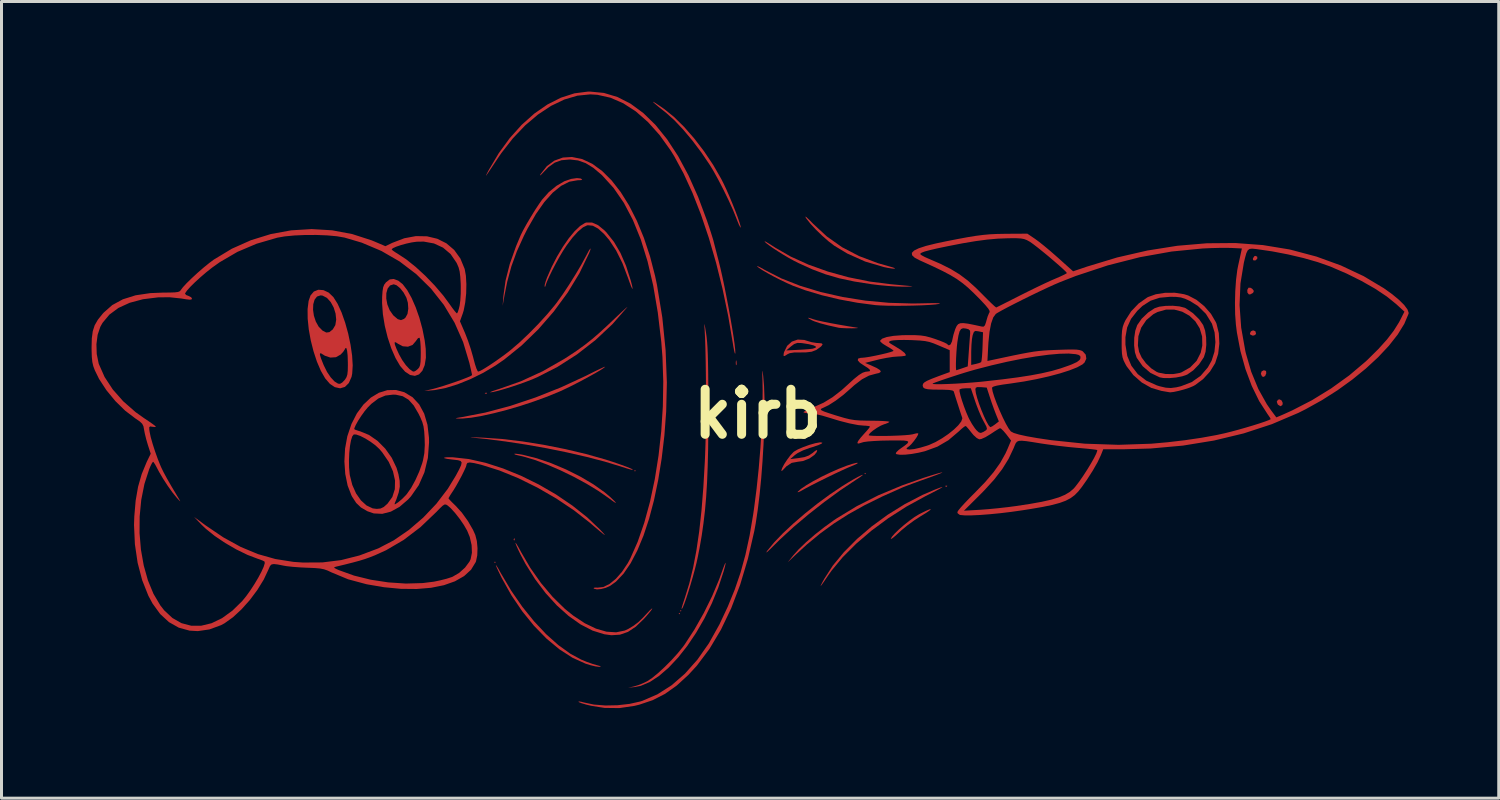
<source format=kicad_pcb>
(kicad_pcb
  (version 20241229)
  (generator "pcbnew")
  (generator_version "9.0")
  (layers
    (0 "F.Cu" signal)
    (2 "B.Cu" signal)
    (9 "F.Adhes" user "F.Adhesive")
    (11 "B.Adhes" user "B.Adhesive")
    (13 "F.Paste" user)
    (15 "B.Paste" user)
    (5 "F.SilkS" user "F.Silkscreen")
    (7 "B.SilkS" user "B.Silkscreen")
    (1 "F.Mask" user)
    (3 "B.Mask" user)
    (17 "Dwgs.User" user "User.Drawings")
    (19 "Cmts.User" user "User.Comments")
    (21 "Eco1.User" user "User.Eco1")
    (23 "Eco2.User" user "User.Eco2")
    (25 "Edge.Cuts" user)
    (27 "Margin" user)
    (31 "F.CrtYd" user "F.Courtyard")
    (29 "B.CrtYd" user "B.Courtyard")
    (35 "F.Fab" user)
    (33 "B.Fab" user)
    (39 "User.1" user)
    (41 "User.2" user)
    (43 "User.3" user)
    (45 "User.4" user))
  (footprint "kirb"
    (layer "F.Cu")
    (at 22.187 10.737)
    (property "Reference" "kirb" (at 0 0 0) (layer "F.SilkS") (effects (font (size 1.5 1.5) (thickness 0.3))))
    (attr board_only exclude_from_pos_files exclude_from_bom)
    (fp_poly (pts (xy -8.728 4.941) (xy -8.751 4.965) (xy -8.775 4.941) (xy -8.751 4.918)) (stroke (width 0) (type solid)) (fill yes) (layer "F.Cu"))
    (fp_poly (pts (xy -4.064 1.893) (xy -4.087 1.917) (xy -4.11 1.893) (xy -4.087 1.87)) (stroke (width 0) (type solid)) (fill yes) (layer "F.Cu"))
    (fp_poly (pts (xy -2.586 6.65) (xy -2.609 6.673) (xy -2.632 6.65) (xy -2.609 6.627)) (stroke (width 0) (type solid)) (fill yes) (layer "F.Cu"))
    (fp_poly (pts (xy -2.54 6.558) (xy -2.563 6.581) (xy -2.586 6.558) (xy -2.563 6.535)) (stroke (width 0) (type solid)) (fill yes) (layer "F.Cu"))
    (fp_poly (pts (xy 3.602 1.986) (xy 3.579 2.009) (xy 3.556 1.986) (xy 3.579 1.963)) (stroke (width 0) (type solid)) (fill yes) (layer "F.Cu"))
    (fp_poly (pts (xy -9.021 -0.7) (xy -9.027 -0.673) (xy -9.052 -0.67) (xy -9.09 -0.687) (xy -9.082 -0.7) (xy -9.028 -0.706)) (stroke (width 0) (type solid)) (fill yes) (layer "F.Cu"))
    (fp_poly (pts (xy -8.097 4.149) (xy -8.092 4.203) (xy -8.097 4.21) (xy -8.125 4.204) (xy -8.128 4.179) (xy -8.111 4.141)) (stroke (width 0) (type solid)) (fill yes) (layer "F.Cu"))
    (fp_poly (pts (xy 6.312 2.394) (xy 6.305 2.421) (xy 6.281 2.425) (xy 6.243 2.408) (xy 6.25 2.394) (xy 6.305 2.388)) (stroke (width 0) (type solid)) (fill yes) (layer "F.Cu"))
    (fp_poly (pts (xy -0.709 -1.774) (xy -0.707 -1.766) (xy -0.7 -1.665) (xy -0.709 -1.627) (xy -0.724 -1.625) (xy -0.73 -1.698) (xy -0.73 -1.709) (xy -0.723 -1.78)) (stroke (width 0) (type solid)) (fill yes) (layer "F.Cu"))
    (fp_poly (pts (xy 16.639 -5.236) (xy 16.642 -5.175) (xy 16.594 -5.122) (xy 16.564 -5.111) (xy 16.499 -5.121) (xy 16.495 -5.18) (xy 16.54 -5.251) (xy 16.58 -5.265)) (stroke (width 0) (type solid)) (fill yes) (layer "F.Cu"))
    (fp_poly (pts (xy 16.572 -2.757) (xy 16.581 -2.745) (xy 16.6 -2.661) (xy 16.539 -2.615) (xy 16.484 -2.609) (xy 16.411 -2.64) (xy 16.395 -2.68) (xy 16.429 -2.753) (xy 16.502 -2.784)) (stroke (width 0) (type solid)) (fill yes) (layer "F.Cu"))
    (fp_poly (pts (xy 16.932 -1.432) (xy 16.94 -1.354) (xy 16.902 -1.262) (xy 16.839 -1.232) (xy 16.796 -1.254) (xy 16.76 -1.337) (xy 16.785 -1.418) (xy 16.858 -1.455) (xy 16.86 -1.455)) (stroke (width 0) (type solid)) (fill yes) (layer "F.Cu"))
    (fp_poly (pts (xy 17.452 -0.447) (xy 17.488 -0.365) (xy 17.477 -0.296) (xy 17.414 -0.256) (xy 17.334 -0.305) (xy 17.32 -0.321) (xy 17.289 -0.408) (xy 17.33 -0.472) (xy 17.385 -0.485)) (stroke (width 0) (type solid)) (fill yes) (layer "F.Cu"))
    (fp_poly (pts (xy 16.421 -4.201) (xy 16.478 -4.162) (xy 16.527 -4.096) (xy 16.505 -4.043) (xy 16.485 -4.023) (xy 16.404 -3.98) (xy 16.36 -3.981) (xy 16.312 -4.04) (xy 16.307 -4.13) (xy 16.348 -4.202) (xy 16.353 -4.205)) (stroke (width 0) (type solid)) (fill yes) (layer "F.Cu"))
    (fp_poly (pts (xy 1.739 -3.192) (xy 1.876 -3.147) (xy 1.992 -3.115) (xy 2.182 -3.073) (xy 2.429 -3.024) (xy 2.714 -2.972) (xy 3.022 -2.919) (xy 3.325 -2.87) (xy 3.341 -2.862) (xy 3.278 -2.855) (xy 3.149 -2.852) (xy 3.117 -2.852) (xy 2.94 -2.854) (xy 2.79 -2.861) (xy 2.702 -2.87) (xy 2.345 -2.95) (xy 2.073 -3.022) (xy 1.881 -3.086) (xy 1.801 -3.122) (xy 1.696 -3.181) (xy 1.675 -3.204)) (stroke (width 0) (type solid)) (fill yes) (layer "F.Cu"))
    (fp_poly (pts (xy 5.738 3.208) (xy 5.625 3.287) (xy 5.431 3.406) (xy 5.213 3.547) (xy 4.985 3.713) (xy 4.786 3.877) (xy 4.727 3.931) (xy 4.597 4.05) (xy 4.497 4.133) (xy 4.441 4.168) (xy 4.433 4.164) (xy 4.469 4.093) (xy 4.564 3.984) (xy 4.702 3.85) (xy 4.869 3.704) (xy 5.047 3.562) (xy 5.22 3.437) (xy 5.374 3.343) (xy 5.387 3.336) (xy 5.593 3.233) (xy 5.721 3.179) (xy 5.77 3.171)) (stroke (width 0) (type solid)) (fill yes) (layer "F.Cu"))
    (fp_poly (pts (xy 1.626 -6.551) (xy 1.718 -6.465) (xy 1.847 -6.333) (xy 2.306 -5.909) (xy 2.812 -5.552) (xy 3.376 -5.258) (xy 4.003 -5.022) (xy 4.364 -4.919) (xy 4.511 -4.877) (xy 4.574 -4.849) (xy 4.56 -4.837) (xy 4.477 -4.842) (xy 4.332 -4.865) (xy 4.203 -4.892) (xy 3.579 -5.076) (xy 2.983 -5.343) (xy 2.549 -5.605) (xy 2.36 -5.749) (xy 2.151 -5.933) (xy 1.944 -6.133) (xy 1.762 -6.329) (xy 1.627 -6.499) (xy 1.603 -6.535) (xy 1.586 -6.576)) (stroke (width 0) (type solid)) (fill yes) (layer "F.Cu"))
    (fp_poly (pts (xy 3.312 1.656) (xy 3.202 1.708) (xy 3.14 1.733) (xy 2.998 1.793) (xy 2.795 1.885) (xy 2.553 1.999) (xy 2.293 2.125) (xy 2.036 2.252) (xy 1.803 2.37) (xy 1.616 2.469) (xy 1.524 2.52) (xy 1.406 2.585) (xy 1.337 2.611) (xy 1.333 2.595) (xy 1.334 2.593) (xy 1.444 2.494) (xy 1.625 2.372) (xy 1.857 2.235) (xy 2.125 2.093) (xy 2.411 1.955) (xy 2.697 1.829) (xy 2.967 1.724) (xy 3.144 1.666) (xy 3.284 1.63) (xy 3.34 1.629)) (stroke (width 0) (type solid)) (fill yes) (layer "F.Cu"))
    (fp_poly (pts (xy -7.942 1.34) (xy -7.82 1.361) (xy -7.359 1.477) (xy -6.873 1.643) (xy -6.383 1.85) (xy -5.911 2.086) (xy -5.476 2.342) (xy -5.101 2.608) (xy -4.916 2.764) (xy -4.784 2.89) (xy -4.724 2.956) (xy -4.734 2.964) (xy -4.814 2.913) (xy -4.965 2.802) (xy -5.307 2.564) (xy -5.702 2.324) (xy -6.132 2.091) (xy -6.577 1.875) (xy -7.018 1.685) (xy -7.434 1.529) (xy -7.808 1.418) (xy -7.976 1.381) (xy -8.074 1.356) (xy -8.112 1.333) (xy -8.111 1.33) (xy -8.058 1.326)) (stroke (width 0) (type solid)) (fill yes) (layer "F.Cu"))
    (fp_poly (pts (xy 3.492 2.044) (xy 3.416 2.102) (xy 3.269 2.198) (xy 2.753 2.543) (xy 2.221 2.931) (xy 1.695 3.344) (xy 1.197 3.764) (xy 0.752 4.173) (xy 0.582 4.34) (xy 0.421 4.5) (xy 0.322 4.593) (xy 0.284 4.617) (xy 0.308 4.573) (xy 0.325 4.549) (xy 0.551 4.276) (xy 0.844 3.971) (xy 1.19 3.648) (xy 1.574 3.318) (xy 1.982 2.993) (xy 2.4 2.685) (xy 2.814 2.407) (xy 2.996 2.294) (xy 3.189 2.18) (xy 3.342 2.096) (xy 3.449 2.044) (xy 3.501 2.026)) (stroke (width 0) (type solid)) (fill yes) (layer "F.Cu"))
    (fp_poly (pts (xy 6.151 2.44) (xy 6.082 2.483) (xy 5.935 2.562) (xy 5.707 2.679) (xy 5.588 2.739) (xy 4.955 3.086) (xy 4.352 3.472) (xy 3.789 3.888) (xy 3.279 4.324) (xy 2.833 4.77) (xy 2.462 5.218) (xy 2.347 5.38) (xy 2.215 5.575) (xy 2.132 5.693) (xy 2.095 5.735) (xy 2.105 5.703) (xy 2.16 5.596) (xy 2.215 5.496) (xy 2.504 5.049) (xy 2.873 4.602) (xy 3.309 4.164) (xy 3.8 3.745) (xy 4.335 3.355) (xy 4.902 3.003) (xy 5.487 2.699) (xy 5.901 2.521) (xy 6.059 2.461) (xy 6.142 2.433)) (stroke (width 0) (type solid)) (fill yes) (layer "F.Cu"))
    (fp_poly (pts (xy -9.492 0.778) (xy -9.333 0.783) (xy -9.144 0.791) (xy -8.519 0.834) (xy -7.838 0.915) (xy -7.127 1.029) (xy -6.412 1.171) (xy -5.719 1.335) (xy -5.075 1.517) (xy -4.831 1.596) (xy -4.558 1.69) (xy -4.351 1.766) (xy -4.215 1.822) (xy -4.156 1.856) (xy -4.179 1.864) (xy -4.179 1.864) (xy -4.243 1.849) (xy -4.369 1.812) (xy -4.533 1.76) (xy -4.572 1.747) (xy -5.095 1.588) (xy -5.691 1.433) (xy -6.34 1.284) (xy -7.022 1.145) (xy -7.719 1.021) (xy -8.41 0.916) (xy -9.075 0.832) (xy -9.311 0.808) (xy -9.471 0.792) (xy -9.557 0.782) (xy -9.565 0.777)) (stroke (width 0) (type solid)) (fill yes) (layer "F.Cu"))
    (fp_poly (pts (xy -8.705 5.048) (xy -8.648 5.137) (xy -8.553 5.308) (xy -8.545 5.321) (xy -8.209 5.889) (xy -7.842 6.42) (xy -7.452 6.904) (xy -7.049 7.334) (xy -6.64 7.699) (xy -6.234 7.991) (xy -5.882 8.181) (xy -5.692 8.259) (xy -5.493 8.329) (xy -5.38 8.362) (xy -5.258 8.395) (xy -5.22 8.414) (xy -5.261 8.422) (xy -5.288 8.423) (xy -5.402 8.409) (xy -5.566 8.37) (xy -5.734 8.318) (xy -6.169 8.121) (xy -6.605 7.84) (xy -7.035 7.483) (xy -7.449 7.059) (xy -7.841 6.576) (xy -8.203 6.042) (xy -8.526 5.464) (xy -8.538 5.439) (xy -8.638 5.234) (xy -8.7 5.099) (xy -8.722 5.036)) (stroke (width 0) (type solid)) (fill yes) (layer "F.Cu"))
    (fp_poly (pts (xy 6.112 1.97) (xy 5.986 2.021) (xy 5.774 2.099) (xy 5.657 2.141) (xy 5.411 2.228) (xy 5.181 2.312) (xy 4.988 2.384) (xy 4.854 2.436) (xy 4.826 2.448) (xy 4.155 2.747) (xy 3.56 3.041) (xy 3.026 3.339) (xy 2.537 3.651) (xy 2.079 3.985) (xy 1.636 4.351) (xy 1.297 4.661) (xy 1.001 4.941) (xy 1.182 4.714) (xy 1.368 4.506) (xy 1.616 4.269) (xy 1.907 4.017) (xy 2.224 3.768) (xy 2.546 3.536) (xy 2.628 3.481) (xy 3.302 3.072) (xy 4.026 2.707) (xy 4.813 2.379) (xy 5.519 2.131) (xy 5.795 2.043) (xy 5.994 1.983) (xy 6.115 1.951) (xy 6.155 1.947)) (stroke (width 0) (type solid)) (fill yes) (layer "F.Cu"))
    (fp_poly (pts (xy -5.08 -1.574) (xy -5.119 -1.536) (xy -5.226 -1.466) (xy -5.387 -1.371) (xy -5.587 -1.259) (xy -5.811 -1.137) (xy -6.044 -1.015) (xy -6.273 -0.899) (xy -6.483 -0.799) (xy -6.604 -0.744) (xy -7.012 -0.576) (xy -7.449 -0.417) (xy -7.9 -0.268) (xy -8.35 -0.136) (xy -8.784 -0.024) (xy -9.186 0.065) (xy -9.542 0.126) (xy -9.837 0.154) (xy -9.952 0.155) (xy -10.041 0.151) (xy -10.056 0.143) (xy -9.99 0.128) (xy -9.86 0.107) (xy -9.073 -0.045) (xy -8.247 -0.265) (xy -7.4 -0.548) (xy -6.547 -0.887) (xy -5.707 -1.276) (xy -5.623 -1.319) (xy -5.422 -1.419) (xy -5.255 -1.499) (xy -5.137 -1.554) (xy -5.082 -1.574)) (stroke (width 0) (type solid)) (fill yes) (layer "F.Cu"))
    (fp_poly (pts (xy -4.344 -3.556) (xy -4.836 -2.992) (xy -5.4 -2.463) (xy -6.017 -1.983) (xy -6.671 -1.565) (xy -7.342 -1.223) (xy -7.47 -1.168) (xy -7.685 -1.083) (xy -7.928 -0.995) (xy -8.181 -0.91) (xy -8.425 -0.834) (xy -8.64 -0.772) (xy -8.807 -0.732) (xy -8.907 -0.718) (xy -8.908 -0.718) (xy -8.902 -0.731) (xy -8.822 -0.763) (xy -8.685 -0.809) (xy -8.613 -0.831) (xy -7.894 -1.085) (xy -7.169 -1.418) (xy -6.458 -1.823) (xy -6.327 -1.906) (xy -6.03 -2.103) (xy -5.769 -2.291) (xy -5.521 -2.487) (xy -5.265 -2.708) (xy -4.978 -2.972) (xy -4.826 -3.117) (xy -4.649 -3.285) (xy -4.504 -3.421) (xy -4.399 -3.516) (xy -4.345 -3.561)) (stroke (width 0) (type solid)) (fill yes) (layer "F.Cu"))
    (fp_poly (pts (xy -5.902 -7.843) (xy -5.878 -7.832) (xy -5.844 -7.803) (xy -5.881 -7.788) (xy -5.999 -7.783) (xy -6.001 -7.783) (xy -6.272 -7.735) (xy -6.547 -7.597) (xy -6.826 -7.371) (xy -7.106 -7.058) (xy -7.385 -6.66) (xy -7.662 -6.179) (xy -7.786 -5.934) (xy -8.023 -5.412) (xy -8.204 -4.914) (xy -8.343 -4.401) (xy -8.429 -3.972) (xy -8.495 -3.602) (xy -8.47 -3.925) (xy -8.398 -4.441) (xy -8.258 -4.993) (xy -8.047 -5.588) (xy -7.892 -5.957) (xy -7.812 -6.117) (xy -7.696 -6.327) (xy -7.557 -6.561) (xy -7.413 -6.795) (xy -7.277 -7.001) (xy -7.185 -7.132) (xy -6.961 -7.384) (xy -6.705 -7.595) (xy -6.44 -7.75) (xy -6.212 -7.828) (xy -6.022 -7.855)) (stroke (width 0) (type solid)) (fill yes) (layer "F.Cu"))
    (fp_poly (pts (xy -1.069 4.99) (xy -1.097 5.108) (xy -1.135 5.245) (xy -1.313 5.786) (xy -1.529 6.313) (xy -1.777 6.817) (xy -2.051 7.29) (xy -2.344 7.726) (xy -2.651 8.115) (xy -2.966 8.451) (xy -3.283 8.725) (xy -3.595 8.93) (xy -3.898 9.058) (xy -4.094 9.097) (xy -4.318 9.119) (xy -4.12 9.076) (xy -3.964 9.028) (xy -3.782 8.953) (xy -3.682 8.904) (xy -3.519 8.796) (xy -3.318 8.632) (xy -3.097 8.428) (xy -2.872 8.202) (xy -2.663 7.971) (xy -2.485 7.752) (xy -2.439 7.689) (xy -2.109 7.184) (xy -1.796 6.632) (xy -1.516 6.065) (xy -1.285 5.515) (xy -1.219 5.334) (xy -1.146 5.129) (xy -1.096 5.002) (xy -1.069 4.955)) (stroke (width 0) (type solid)) (fill yes) (layer "F.Cu"))
    (fp_poly (pts (xy 0.286 -5.726) (xy 0.391 -5.663) (xy 0.532 -5.573) (xy 0.582 -5.54) (xy 1.1 -5.241) (xy 1.691 -4.973) (xy 2.338 -4.742) (xy 3.025 -4.552) (xy 3.735 -4.409) (xy 4.433 -4.32) (xy 4.663 -4.299) (xy 4.874 -4.279) (xy 5.041 -4.264) (xy 5.126 -4.256) (xy 5.153 -4.249) (xy 5.1 -4.244) (xy 4.976 -4.239) (xy 4.849 -4.238) (xy 4.626 -4.244) (xy 4.348 -4.262) (xy 4.052 -4.289) (xy 3.787 -4.321) (xy 3.221 -4.41) (xy 2.72 -4.517) (xy 2.261 -4.65) (xy 1.816 -4.817) (xy 1.36 -5.025) (xy 1.201 -5.105) (xy 1.037 -5.195) (xy 0.858 -5.301) (xy 0.677 -5.414) (xy 0.509 -5.524) (xy 0.37 -5.622) (xy 0.272 -5.698) (xy 0.231 -5.742) (xy 0.239 -5.75)) (stroke (width 0) (type solid)) (fill yes) (layer "F.Cu"))
    (fp_poly (pts (xy -3.401 -10.352) (xy -3.251 -10.252) (xy -3.116 -10.158) (xy -2.79 -9.895) (xy -2.451 -9.561) (xy -2.111 -9.172) (xy -1.783 -8.743) (xy -1.481 -8.292) (xy -1.218 -7.834) (xy -1.144 -7.689) (xy -1.049 -7.489) (xy -0.948 -7.26) (xy -0.847 -7.018) (xy -0.752 -6.781) (xy -0.67 -6.564) (xy -0.608 -6.384) (xy -0.571 -6.258) (xy -0.564 -6.204) (xy -0.585 -6.224) (xy -0.629 -6.313) (xy -0.687 -6.455) (xy -0.707 -6.508) (xy -0.821 -6.79) (xy -0.97 -7.119) (xy -1.14 -7.468) (xy -1.316 -7.808) (xy -1.484 -8.111) (xy -1.594 -8.291) (xy -1.876 -8.708) (xy -2.176 -9.106) (xy -2.48 -9.469) (xy -2.773 -9.78) (xy -3.044 -10.024) (xy -3.07 -10.045) (xy -3.279 -10.211) (xy -3.417 -10.326) (xy -3.484 -10.388) (xy -3.478 -10.397)) (stroke (width 0) (type solid)) (fill yes) (layer "F.Cu"))
    (fp_poly (pts (xy -0.003 -4.922) (xy 0.082 -4.882) (xy 0.211 -4.811) (xy 0.236 -4.796) (xy 0.788 -4.514) (xy 1.413 -4.268) (xy 2.097 -4.06) (xy 2.827 -3.895) (xy 3.59 -3.774) (xy 4.372 -3.701) (xy 5.16 -3.678) (xy 5.449 -3.683) (xy 5.721 -3.689) (xy 5.919 -3.69) (xy 6.038 -3.685) (xy 6.073 -3.674) (xy 6.05 -3.666) (xy 5.926 -3.647) (xy 5.728 -3.631) (xy 5.477 -3.618) (xy 5.19 -3.609) (xy 4.888 -3.603) (xy 4.588 -3.602) (xy 4.31 -3.605) (xy 4.074 -3.614) (xy 3.925 -3.624) (xy 3.327 -3.702) (xy 2.72 -3.814) (xy 2.13 -3.955) (xy 1.584 -4.119) (xy 1.187 -4.265) (xy 0.982 -4.355) (xy 0.759 -4.461) (xy 0.535 -4.576) (xy 0.327 -4.689) (xy 0.152 -4.792) (xy 0.028 -4.874) (xy -0.026 -4.923)) (stroke (width 0) (type solid)) (fill yes) (layer "F.Cu"))
    (fp_poly (pts (xy 2.155 0.959) (xy 2.13 0.989) (xy 2.023 1.038) (xy 1.838 1.101) (xy 1.723 1.136) (xy 1.513 1.213) (xy 1.331 1.304) (xy 1.238 1.37) (xy 1.085 1.505) (xy 1.339 1.474) (xy 1.55 1.44) (xy 1.703 1.385) (xy 1.834 1.298) (xy 1.882 1.256) (xy 1.956 1.205) (xy 1.984 1.217) (xy 1.963 1.275) (xy 1.893 1.362) (xy 1.889 1.366) (xy 1.719 1.487) (xy 1.508 1.569) (xy 1.338 1.593) (xy 1.132 1.63) (xy 0.955 1.747) (xy 0.889 1.817) (xy 0.822 1.886) (xy 0.787 1.899) (xy 0.786 1.893) (xy 0.814 1.804) (xy 0.885 1.67) (xy 0.983 1.521) (xy 1.089 1.38) (xy 1.187 1.275) (xy 1.212 1.254) (xy 1.338 1.181) (xy 1.52 1.103) (xy 1.724 1.03) (xy 1.918 0.975) (xy 2.069 0.948) (xy 2.095 0.947)) (stroke (width 0) (type solid)) (fill yes) (layer "F.Cu"))
    (fp_poly (pts (xy 1.554 -2.464) (xy 1.634 -2.438) (xy 1.799 -2.389) (xy 1.967 -2.363) (xy 1.997 -2.362) (xy 2.124 -2.352) (xy 2.164 -2.322) (xy 2.125 -2.262) (xy 2.09 -2.23) (xy 1.951 -2.13) (xy 1.797 -2.072) (xy 1.6 -2.049) (xy 1.43 -2.048) (xy 1.21 -2.046) (xy 1.065 -2.023) (xy 0.991 -1.988) (xy 0.897 -1.928) (xy 0.859 -1.939) (xy 0.87 -2.028) (xy 0.88 -2.062) (xy 0.906 -2.115) (xy 0.952 -2.115) (xy 1.342 -2.134) (xy 1.535 -2.145) (xy 1.704 -2.158) (xy 1.818 -2.171) (xy 1.836 -2.174) (xy 1.931 -2.206) (xy 1.939 -2.243) (xy 1.865 -2.282) (xy 1.713 -2.321) (xy 1.489 -2.357) (xy 1.455 -2.361) (xy 1.32 -2.365) (xy 1.213 -2.326) (xy 1.111 -2.25) (xy 0.952 -2.115) (xy 0.906 -2.115) (xy 0.981 -2.268) (xy 1.138 -2.409) (xy 1.334 -2.477)) (stroke (width 0) (type solid)) (fill yes) (layer "F.Cu"))
    (fp_poly (pts (xy -8.042 4.32) (xy -7.984 4.413) (xy -7.906 4.553) (xy -7.882 4.599) (xy -7.572 5.13) (xy -7.216 5.635) (xy -6.828 6.095) (xy -6.422 6.493) (xy -6.146 6.716) (xy -5.757 6.973) (xy -5.385 7.152) (xy -5.036 7.253) (xy -4.715 7.274) (xy -4.428 7.215) (xy -4.31 7.161) (xy -4.13 7.052) (xy -3.975 6.934) (xy -3.817 6.782) (xy -3.683 6.637) (xy -3.59 6.539) (xy -3.527 6.484) (xy -3.51 6.482) (xy -3.539 6.531) (xy -3.618 6.63) (xy -3.731 6.762) (xy -3.793 6.83) (xy -4.061 7.087) (xy -4.321 7.26) (xy -4.588 7.353) (xy -4.874 7.371) (xy -5.109 7.339) (xy -5.5 7.217) (xy -5.899 7.011) (xy -6.298 6.729) (xy -6.689 6.379) (xy -7.063 5.969) (xy -7.413 5.506) (xy -7.732 4.998) (xy -7.894 4.694) (xy -7.976 4.525) (xy -8.037 4.39) (xy -8.068 4.307) (xy -8.07 4.291)) (stroke (width 0) (type solid)) (fill yes) (layer "F.Cu"))
    (fp_poly (pts (xy -5.519 -6.376) (xy -5.316 -6.287) (xy -5.101 -6.111) (xy -5.036 -6.044) (xy -4.785 -5.727) (xy -4.571 -5.362) (xy -4.386 -4.936) (xy -4.227 -4.44) (xy -4.182 -4.266) (xy -4.166 -4.176) (xy -4.177 -4.168) (xy -4.213 -4.24) (xy -4.27 -4.39) (xy -4.314 -4.515) (xy -4.505 -5.02) (xy -4.715 -5.442) (xy -4.946 -5.793) (xy -5.119 -5.996) (xy -5.316 -6.174) (xy -5.492 -6.269) (xy -5.655 -6.285) (xy -5.683 -6.28) (xy -5.82 -6.214) (xy -5.985 -6.075) (xy -6.168 -5.874) (xy -6.357 -5.623) (xy -6.488 -5.423) (xy -6.606 -5.224) (xy -6.727 -5.005) (xy -6.842 -4.785) (xy -6.941 -4.582) (xy -7.017 -4.413) (xy -7.06 -4.297) (xy -7.066 -4.263) (xy -7.084 -4.232) (xy -7.095 -4.239) (xy -7.095 -4.294) (xy -7.064 -4.408) (xy -7.019 -4.536) (xy -6.862 -4.896) (xy -6.683 -5.243) (xy -6.491 -5.564) (xy -6.294 -5.848) (xy -6.1 -6.083) (xy -5.917 -6.258) (xy -5.754 -6.36) (xy -5.707 -6.376)) (stroke (width 0) (type solid)) (fill yes) (layer "F.Cu"))
    (fp_poly (pts (xy -1.768 -2.969) (xy -1.748 -2.87) (xy -1.721 -2.702) (xy -1.701 -2.56) (xy -1.685 -2.4) (xy -1.672 -2.213) (xy -1.662 -1.989) (xy -1.655 -1.717) (xy -1.649 -1.388) (xy -1.645 -0.993) (xy -1.643 -0.521) (xy -1.642 -0.208) (xy -1.644 0.527) (xy -1.651 1.181) (xy -1.666 1.765) (xy -1.687 2.292) (xy -1.717 2.774) (xy -1.756 3.22) (xy -1.806 3.644) (xy -1.865 4.057) (xy -1.937 4.47) (xy -1.993 4.757) (xy -2.038 4.962) (xy -2.097 5.195) (xy -2.165 5.443) (xy -2.238 5.693) (xy -2.311 5.931) (xy -2.38 6.143) (xy -2.442 6.317) (xy -2.491 6.439) (xy -2.524 6.495) (xy -2.536 6.485) (xy -2.524 6.432) (xy -2.488 6.314) (xy -2.436 6.156) (xy -2.423 6.116) (xy -2.277 5.642) (xy -2.151 5.123) (xy -2.042 4.551) (xy -1.949 3.919) (xy -1.872 3.219) (xy -1.81 2.444) (xy -1.761 1.587) (xy -1.751 1.362) (xy -1.739 1.004) (xy -1.73 0.59) (xy -1.724 0.138) (xy -1.721 -0.338) (xy -1.722 -0.822) (xy -1.726 -1.298) (xy -1.732 -1.751) (xy -1.741 -2.167) (xy -1.753 -2.528) (xy -1.768 -2.82) (xy -1.776 -2.933) (xy -1.778 -2.993)) (stroke (width 0) (type solid)) (fill yes) (layer "F.Cu"))
    (fp_poly (pts (xy 14.046 -3.582) (xy 14.222 -3.537) (xy 14.258 -3.52) (xy 14.499 -3.355) (xy 14.707 -3.15) (xy 14.838 -2.96) (xy 14.902 -2.778) (xy 14.937 -2.547) (xy 14.942 -2.3) (xy 14.918 -2.071) (xy 14.863 -1.894) (xy 14.857 -1.883) (xy 14.701 -1.651) (xy 14.506 -1.45) (xy 14.305 -1.31) (xy 14.144 -1.254) (xy 13.934 -1.213) (xy 13.711 -1.193) (xy 13.511 -1.196) (xy 13.392 -1.218) (xy 13.082 -1.367) (xy 12.821 -1.591) (xy 12.625 -1.87) (xy 12.565 -2.051) (xy 12.538 -2.282) (xy 12.664 -2.282) (xy 12.703 -2.068) (xy 12.79 -1.878) (xy 12.934 -1.685) (xy 13.11 -1.517) (xy 13.292 -1.399) (xy 13.353 -1.375) (xy 13.585 -1.33) (xy 13.835 -1.327) (xy 14.06 -1.366) (xy 14.119 -1.387) (xy 14.406 -1.55) (xy 14.619 -1.768) (xy 14.756 -2.038) (xy 14.809 -2.278) (xy 14.803 -2.58) (xy 14.721 -2.853) (xy 14.575 -3.086) (xy 14.377 -3.273) (xy 14.139 -3.405) (xy 13.875 -3.475) (xy 13.597 -3.474) (xy 13.317 -3.394) (xy 13.178 -3.321) (xy 12.944 -3.125) (xy 12.775 -2.875) (xy 12.68 -2.588) (xy 12.664 -2.282) (xy 12.538 -2.282) (xy 12.538 -2.284) (xy 12.542 -2.536) (xy 12.577 -2.773) (xy 12.642 -2.96) (xy 12.793 -3.175) (xy 13.005 -3.377) (xy 13.22 -3.52) (xy 13.377 -3.572) (xy 13.59 -3.599) (xy 13.824 -3.603)) (stroke (width 0) (type solid)) (fill yes) (layer "F.Cu"))
    (fp_poly (pts (xy 0.166 -1.397) (xy 0.181 -1.283) (xy 0.183 -1.27) (xy 0.212 -0.93) (xy 0.227 -0.515) (xy 0.228 -0.04) (xy 0.217 0.479) (xy 0.194 1.026) (xy 0.16 1.587) (xy 0.117 2.144) (xy 0.064 2.682) (xy 0.003 3.187) (xy -0.065 3.641) (xy -0.113 3.902) (xy -0.326 4.828) (xy -0.583 5.687) (xy -0.883 6.475) (xy -1.225 7.189) (xy -1.606 7.827) (xy -2.026 8.385) (xy -2.301 8.685) (xy -2.694 9.045) (xy -3.086 9.324) (xy -3.497 9.534) (xy -3.945 9.685) (xy -4.11 9.725) (xy -4.608 9.798) (xy -5.1 9.792) (xy -5.533 9.724) (xy -5.715 9.681) (xy -5.863 9.637) (xy -5.954 9.601) (xy -5.967 9.592) (xy -5.958 9.575) (xy -5.878 9.587) (xy -5.791 9.61) (xy -5.46 9.68) (xy -5.075 9.711) (xy -4.668 9.703) (xy -4.269 9.658) (xy -3.907 9.577) (xy -3.839 9.555) (xy -3.341 9.34) (xy -2.868 9.038) (xy -2.423 8.651) (xy -2.007 8.183) (xy -1.624 7.637) (xy -1.277 7.016) (xy -1.27 7.002) (xy -0.996 6.418) (xy -0.765 5.852) (xy -0.571 5.283) (xy -0.408 4.691) (xy -0.27 4.054) (xy -0.151 3.352) (xy -0.12 3.14) (xy -0.037 2.494) (xy 0.034 1.817) (xy 0.091 1.13) (xy 0.133 0.454) (xy 0.158 -0.187) (xy 0.165 -0.773) (xy 0.16 -1.085) (xy 0.154 -1.289) (xy 0.153 -1.405) (xy 0.157 -1.44)) (stroke (width 0) (type solid)) (fill yes) (layer "F.Cu"))
    (fp_poly (pts (xy -5.845 -8.488) (xy -5.509 -8.331) (xy -5.182 -8.092) (xy -4.866 -7.778) (xy -4.565 -7.392) (xy -4.283 -6.942) (xy -4.024 -6.431) (xy -3.791 -5.866) (xy -3.587 -5.252) (xy -3.417 -4.594) (xy -3.354 -4.295) (xy -3.177 -3.215) (xy -3.067 -2.123) (xy -3.025 -1.043) (xy -3.048 -0.077) (xy -3.108 0.721) (xy -3.198 1.483) (xy -3.314 2.203) (xy -3.454 2.875) (xy -3.618 3.494) (xy -3.803 4.053) (xy -4.008 4.547) (xy -4.23 4.971) (xy -4.467 5.319) (xy -4.719 5.585) (xy -4.915 5.727) (xy -5.06 5.792) (xy -5.216 5.832) (xy -5.355 5.844) (xy -5.449 5.822) (xy -5.467 5.805) (xy -5.442 5.786) (xy -5.354 5.785) (xy -5.332 5.787) (xy -5.142 5.765) (xy -4.936 5.664) (xy -4.725 5.492) (xy -4.52 5.259) (xy -4.329 4.974) (xy -4.245 4.819) (xy -3.997 4.258) (xy -3.777 3.622) (xy -3.586 2.922) (xy -3.427 2.172) (xy -3.302 1.384) (xy -3.212 0.571) (xy -3.159 -0.255) (xy -3.145 -1.08) (xy -3.172 -1.893) (xy -3.211 -2.399) (xy -3.327 -3.376) (xy -3.479 -4.269) (xy -3.668 -5.08) (xy -3.894 -5.81) (xy -4.157 -6.459) (xy -4.458 -7.031) (xy -4.798 -7.524) (xy -5.177 -7.942) (xy -5.204 -7.968) (xy -5.478 -8.199) (xy -5.731 -8.354) (xy -5.982 -8.443) (xy -6.248 -8.474) (xy -6.271 -8.474) (xy -6.536 -8.45) (xy -6.76 -8.37) (xy -6.968 -8.221) (xy -7.115 -8.072) (xy -7.212 -7.97) (xy -7.253 -7.938) (xy -7.238 -7.978) (xy -7.231 -7.989) (xy -7.023 -8.253) (xy -6.773 -8.437) (xy -6.487 -8.54) (xy -6.185 -8.558)) (stroke (width 0) (type solid)) (fill yes) (layer "F.Cu"))
    (fp_poly (pts (xy -5.123 -10.692) (xy -4.67 -10.556) (xy -4.232 -10.332) (xy -3.809 -10.021) (xy -3.404 -9.626) (xy -3.017 -9.147) (xy -2.65 -8.586) (xy -2.305 -7.945) (xy -1.983 -7.225) (xy -1.686 -6.429) (xy -1.683 -6.419) (xy -1.61 -6.203) (xy -1.546 -6.005) (xy -1.498 -5.851) (xy -1.475 -5.773) (xy -1.45 -5.673) (xy -1.407 -5.508) (xy -1.354 -5.302) (xy -1.302 -5.103) (xy -1.241 -4.855) (xy -1.175 -4.562) (xy -1.106 -4.237) (xy -1.038 -3.892) (xy -0.971 -3.542) (xy -0.909 -3.198) (xy -0.853 -2.874) (xy -0.806 -2.582) (xy -0.771 -2.336) (xy -0.75 -2.149) (xy -0.744 -2.033) (xy -0.747 -2.006) (xy -0.762 -2.021) (xy -0.785 -2.111) (xy -0.813 -2.258) (xy -0.825 -2.336) (xy -0.982 -3.26) (xy -1.17 -4.161) (xy -1.386 -5.032) (xy -1.627 -5.862) (xy -1.89 -6.641) (xy -2.172 -7.361) (xy -2.47 -8.011) (xy -2.78 -8.583) (xy -2.899 -8.775) (xy -3.266 -9.287) (xy -3.654 -9.721) (xy -4.058 -10.075) (xy -4.476 -10.346) (xy -4.903 -10.532) (xy -5.336 -10.629) (xy -5.574 -10.644) (xy -6.003 -10.601) (xy -6.441 -10.472) (xy -6.881 -10.261) (xy -7.318 -9.972) (xy -7.744 -9.611) (xy -8.153 -9.181) (xy -8.538 -8.688) (xy -8.666 -8.501) (xy -8.827 -8.258) (xy -8.942 -8.086) (xy -9.015 -7.98) (xy -9.049 -7.935) (xy -9.049 -7.945) (xy -9.02 -8.006) (xy -8.965 -8.111) (xy -8.955 -8.128) (xy -8.623 -8.687) (xy -8.256 -9.19) (xy -7.859 -9.631) (xy -7.439 -10.005) (xy -7.002 -10.307) (xy -6.555 -10.533) (xy -6.104 -10.678) (xy -5.655 -10.736) (xy -5.588 -10.737)) (stroke (width 0) (type solid)) (fill yes) (layer "F.Cu"))
    (fp_poly (pts (xy 14.201 -3.988) (xy 14.339 -3.945) (xy 14.614 -3.801) (xy 14.875 -3.589) (xy 15.098 -3.334) (xy 15.258 -3.061) (xy 15.283 -3.002) (xy 15.36 -2.688) (xy 15.377 -2.342) (xy 15.337 -1.999) (xy 15.239 -1.694) (xy 15.235 -1.686) (xy 15.064 -1.409) (xy 14.834 -1.158) (xy 14.571 -0.962) (xy 14.501 -0.924) (xy 14.373 -0.871) (xy 14.204 -0.816) (xy 14.024 -0.768) (xy 13.861 -0.733) (xy 13.745 -0.719) (xy 13.719 -0.721) (xy 13.662 -0.731) (xy 13.544 -0.751) (xy 13.444 -0.768) (xy 13.109 -0.868) (xy 12.792 -1.047) (xy 12.513 -1.292) (xy 12.288 -1.588) (xy 12.246 -1.663) (xy 12.189 -1.778) (xy 12.153 -1.884) (xy 12.133 -2.008) (xy 12.124 -2.176) (xy 12.123 -2.309) (xy 12.249 -2.309) (xy 12.31 -1.931) (xy 12.448 -1.603) (xy 12.66 -1.327) (xy 12.944 -1.108) (xy 13.296 -0.95) (xy 13.393 -0.92) (xy 13.592 -0.874) (xy 13.762 -0.863) (xy 13.944 -0.886) (xy 14.099 -0.923) (xy 14.455 -1.06) (xy 14.754 -1.27) (xy 14.994 -1.55) (xy 15.121 -1.778) (xy 15.214 -2.069) (xy 15.246 -2.392) (xy 15.219 -2.714) (xy 15.132 -3) (xy 15.129 -3.008) (xy 14.928 -3.335) (xy 14.66 -3.598) (xy 14.397 -3.762) (xy 14.236 -3.836) (xy 14.096 -3.879) (xy 13.94 -3.898) (xy 13.743 -3.902) (xy 13.389 -3.87) (xy 13.086 -3.771) (xy 12.815 -3.596) (xy 12.645 -3.435) (xy 12.435 -3.166) (xy 12.306 -2.879) (xy 12.249 -2.557) (xy 12.249 -2.309) (xy 12.123 -2.309) (xy 12.123 -2.378) (xy 12.125 -2.607) (xy 12.136 -2.771) (xy 12.159 -2.898) (xy 12.199 -3.013) (xy 12.248 -3.118) (xy 12.437 -3.415) (xy 12.688 -3.678) (xy 12.974 -3.878) (xy 13 -3.893) (xy 13.261 -3.986) (xy 13.569 -4.034) (xy 13.894 -4.036)) (stroke (width 0) (type solid)) (fill yes) (layer "F.Cu"))
    (fp_poly (pts (xy -11.97 -4.438) (xy -11.822 -4.319) (xy -11.672 -4.122) (xy -11.526 -3.86) (xy -11.39 -3.549) (xy -11.268 -3.201) (xy -11.167 -2.831) (xy -11.092 -2.453) (xy -11.057 -2.17) (xy -11.051 -1.871) (xy -11.091 -1.625) (xy -11.169 -1.438) (xy -11.28 -1.317) (xy -11.418 -1.268) (xy -11.577 -1.297) (xy -11.744 -1.407) (xy -11.909 -1.597) (xy -12.064 -1.862) (xy -12.205 -2.184) (xy -12.27 -2.381) (xy -12.094 -2.381) (xy -12.084 -2.309) (xy -12.03 -2.167) (xy -11.944 -1.982) (xy -11.838 -1.792) (xy -11.717 -1.622) (xy -11.596 -1.492) (xy -11.491 -1.418) (xy -11.45 -1.409) (xy -11.389 -1.438) (xy -11.315 -1.501) (xy -11.271 -1.556) (xy -11.244 -1.629) (xy -11.229 -1.742) (xy -11.223 -1.915) (xy -11.222 -2.052) (xy -11.226 -2.249) (xy -11.238 -2.41) (xy -11.254 -2.513) (xy -11.266 -2.539) (xy -11.315 -2.522) (xy -11.374 -2.443) (xy -11.38 -2.432) (xy -11.494 -2.299) (xy -11.648 -2.239) (xy -11.821 -2.253) (xy -11.978 -2.336) (xy -12.058 -2.388) (xy -12.094 -2.381) (xy -12.27 -2.381) (xy -12.325 -2.547) (xy -12.42 -2.931) (xy -12.484 -3.32) (xy -12.511 -3.696) (xy -12.509 -3.84) (xy -12.371 -3.84) (xy -12.335 -3.646) (xy -12.259 -3.457) (xy -12.144 -3.292) (xy -12.123 -3.27) (xy -11.989 -3.157) (xy -11.881 -3.124) (xy -11.78 -3.165) (xy -11.73 -3.21) (xy -11.664 -3.332) (xy -11.638 -3.507) (xy -11.652 -3.703) (xy -11.7 -3.869) (xy -11.794 -4.043) (xy -11.911 -4.189) (xy -12.031 -4.287) (xy -12.124 -4.318) (xy -12.245 -4.279) (xy -12.326 -4.175) (xy -12.369 -4.022) (xy -12.371 -3.84) (xy -12.509 -3.84) (xy -12.509 -3.888) (xy -12.496 -4.086) (xy -12.475 -4.217) (xy -12.439 -4.307) (xy -12.382 -4.382) (xy -12.38 -4.384) (xy -12.255 -4.48) (xy -12.123 -4.495)) (stroke (width 0) (type solid)) (fill yes) (layer "F.Cu"))
    (fp_poly (pts (xy -14.463 -4.123) (xy -14.29 -4.042) (xy -14.133 -3.892) (xy -13.992 -3.668) (xy -13.859 -3.377) (xy -13.74 -3.039) (xy -13.639 -2.674) (xy -13.561 -2.302) (xy -13.509 -1.943) (xy -13.489 -1.616) (xy -13.506 -1.342) (xy -13.527 -1.236) (xy -13.618 -1.029) (xy -13.748 -0.9) (xy -13.908 -0.853) (xy -14.085 -0.892) (xy -14.246 -0.999) (xy -14.404 -1.181) (xy -14.55 -1.435) (xy -14.682 -1.743) (xy -14.755 -1.966) (xy -14.581 -1.966) (xy -14.545 -1.849) (xy -14.47 -1.66) (xy -14.451 -1.615) (xy -14.344 -1.399) (xy -14.221 -1.217) (xy -14.095 -1.082) (xy -13.978 -1.009) (xy -13.913 -1.002) (xy -13.838 -1.046) (xy -13.752 -1.136) (xy -13.744 -1.146) (xy -13.697 -1.222) (xy -13.668 -1.311) (xy -13.654 -1.436) (xy -13.65 -1.621) (xy -13.651 -1.712) (xy -13.658 -1.94) (xy -13.675 -2.102) (xy -13.699 -2.19) (xy -13.728 -2.197) (xy -13.752 -2.151) (xy -13.801 -2.075) (xy -13.886 -1.982) (xy -13.891 -1.977) (xy -14.049 -1.889) (xy -14.234 -1.877) (xy -14.419 -1.94) (xy -14.459 -1.966) (xy -14.538 -2.015) (xy -14.579 -2.018) (xy -14.581 -1.966) (xy -14.755 -1.966) (xy -14.795 -2.088) (xy -14.887 -2.452) (xy -14.953 -2.818) (xy -14.989 -3.171) (xy -14.992 -3.468) (xy -14.81 -3.468) (xy -14.782 -3.271) (xy -14.719 -3.079) (xy -14.624 -2.908) (xy -14.496 -2.777) (xy -14.487 -2.771) (xy -14.369 -2.711) (xy -14.267 -2.724) (xy -14.153 -2.815) (xy -14.153 -2.815) (xy -14.068 -2.958) (xy -14.039 -3.141) (xy -14.06 -3.343) (xy -14.123 -3.545) (xy -14.221 -3.725) (xy -14.346 -3.864) (xy -14.491 -3.94) (xy -14.558 -3.949) (xy -14.678 -3.91) (xy -14.759 -3.805) (xy -14.803 -3.652) (xy -14.81 -3.468) (xy -14.992 -3.468) (xy -14.992 -3.491) (xy -14.958 -3.762) (xy -14.894 -3.947) (xy -14.783 -4.077) (xy -14.633 -4.136)) (stroke (width 0) (type solid)) (fill yes) (layer "F.Cu"))
    (fp_poly (pts (xy -11.769 -0.722) (xy -11.495 -0.556) (xy -11.274 -0.317) (xy -11.108 -0.009) (xy -10.999 0.361) (xy -10.949 0.791) (xy -10.946 0.944) (xy -10.985 1.467) (xy -11.1 1.945) (xy -11.288 2.372) (xy -11.549 2.746) (xy -11.645 2.851) (xy -11.929 3.095) (xy -12.218 3.254) (xy -12.506 3.328) (xy -12.789 3.314) (xy -13 3.241) (xy -13.214 3.116) (xy -13.374 2.964) (xy -13.51 2.755) (xy -13.531 2.715) (xy -13.658 2.387) (xy -13.737 2.002) (xy -13.766 1.585) (xy -13.764 1.544) (xy -13.614 1.544) (xy -13.61 1.785) (xy -13.59 2.005) (xy -13.584 2.045) (xy -13.503 2.366) (xy -13.377 2.648) (xy -13.215 2.88) (xy -13.028 3.049) (xy -12.824 3.146) (xy -12.691 3.163) (xy -12.562 3.151) (xy -12.455 3.1) (xy -12.333 2.992) (xy -12.33 2.989) (xy -12.169 2.766) (xy -12.086 2.506) (xy -12.079 2.218) (xy -12.148 1.912) (xy -12.29 1.596) (xy -12.505 1.282) (xy -12.599 1.171) (xy -12.729 1.05) (xy -12.892 0.929) (xy -13.068 0.819) (xy -13.235 0.734) (xy -13.372 0.686) (xy -13.454 0.683) (xy -13.504 0.747) (xy -13.547 0.883) (xy -13.581 1.074) (xy -13.604 1.301) (xy -13.614 1.544) (xy -13.764 1.544) (xy -13.744 1.158) (xy -13.669 0.746) (xy -13.666 0.736) (xy -13.588 0.505) (xy -13.439 0.505) (xy -13.399 0.529) (xy -13.297 0.564) (xy -13.243 0.579) (xy -12.945 0.701) (xy -12.66 0.899) (xy -12.404 1.158) (xy -12.188 1.462) (xy -12.029 1.795) (xy -11.965 2.011) (xy -11.925 2.23) (xy -11.921 2.422) (xy -11.957 2.617) (xy -12.035 2.847) (xy -12.079 2.953) (xy -12.097 3.006) (xy -12.074 3.008) (xy -11.996 2.957) (xy -11.971 2.94) (xy -11.849 2.837) (xy -11.719 2.706) (xy -11.684 2.665) (xy -11.543 2.464) (xy -11.401 2.204) (xy -11.273 1.919) (xy -11.173 1.639) (xy -11.148 1.547) (xy -11.103 1.306) (xy -11.088 1.034) (xy -11.094 0.802) (xy -11.108 0.579) (xy -11.131 0.414) (xy -11.171 0.27) (xy -11.238 0.112) (xy -11.296 -0.006) (xy -11.457 -0.282) (xy -11.63 -0.474) (xy -11.824 -0.59) (xy -12.052 -0.64) (xy -12.146 -0.643) (xy -12.401 -0.612) (xy -12.634 -0.514) (xy -12.862 -0.341) (xy -12.986 -0.218) (xy -13.092 -0.091) (xy -13.204 0.065) (xy -13.309 0.228) (xy -13.39 0.374) (xy -13.435 0.48) (xy -13.439 0.505) (xy -13.588 0.505) (xy -13.53 0.333) (xy -13.35 -0.018) (xy -13.132 -0.312) (xy -12.886 -0.543) (xy -12.618 -0.705) (xy -12.336 -0.792) (xy -12.048 -0.798)) (stroke (width 0) (type solid)) (fill yes) (layer "F.Cu"))
    (fp_poly (pts (xy -14.174 -6.116) (xy -13.506 -5.991) (xy -12.86 -5.782) (xy -12.755 -5.739) (xy -12.4 -5.587) (xy -12.169 -5.699) (xy -11.771 -5.851) (xy -11.384 -5.923) (xy -11.015 -5.916) (xy -10.674 -5.835) (xy -10.369 -5.683) (xy -10.109 -5.462) (xy -9.903 -5.176) (xy -9.76 -4.83) (xy -9.719 -4.604) (xy -9.703 -4.322) (xy -9.71 -4.014) (xy -9.741 -3.712) (xy -9.792 -3.448) (xy -9.824 -3.344) (xy -9.917 -3.086) (xy -9.744 -2.685) (xy -9.65 -2.442) (xy -9.556 -2.162) (xy -9.48 -1.897) (xy -9.467 -1.846) (xy -9.417 -1.66) (xy -9.369 -1.513) (xy -9.328 -1.425) (xy -9.311 -1.409) (xy -9.24 -1.435) (xy -9.112 -1.507) (xy -8.943 -1.613) (xy -8.748 -1.744) (xy -8.544 -1.888) (xy -8.346 -2.035) (xy -8.22 -2.134) (xy -7.931 -2.383) (xy -7.617 -2.68) (xy -7.302 -3.001) (xy -7.008 -3.323) (xy -6.758 -3.622) (xy -6.684 -3.718) (xy -6.489 -3.991) (xy -6.278 -4.31) (xy -6.067 -4.647) (xy -5.875 -4.971) (xy -5.721 -5.254) (xy -5.709 -5.276) (xy -5.631 -5.424) (xy -5.581 -5.501) (xy -5.563 -5.506) (xy -5.583 -5.435) (xy -5.619 -5.346) (xy -5.936 -4.688) (xy -6.331 -4.038) (xy -6.793 -3.409) (xy -7.307 -2.818) (xy -7.862 -2.28) (xy -8.443 -1.811) (xy -8.733 -1.611) (xy -9.141 -1.369) (xy -9.567 -1.159) (xy -9.991 -0.988) (xy -10.393 -0.864) (xy -10.753 -0.795) (xy -10.814 -0.789) (xy -11.107 -0.764) (xy -10.853 -0.824) (xy -10.682 -0.869) (xy -10.478 -0.931) (xy -10.257 -1.002) (xy -10.037 -1.077) (xy -9.835 -1.15) (xy -9.669 -1.215) (xy -9.556 -1.265) (xy -9.513 -1.294) (xy -9.513 -1.295) (xy -9.523 -1.345) (xy -9.549 -1.463) (xy -9.587 -1.628) (xy -9.604 -1.701) (xy -9.811 -2.391) (xy -10.096 -3.037) (xy -10.455 -3.633) (xy -10.883 -4.175) (xy -11.375 -4.658) (xy -11.926 -5.077) (xy -12.532 -5.427) (xy -12.658 -5.481) (xy -12.192 -5.481) (xy -12.155 -5.442) (xy -12.061 -5.378) (xy -11.995 -5.338) (xy -11.706 -5.148) (xy -11.39 -4.895) (xy -11.066 -4.597) (xy -10.754 -4.273) (xy -10.471 -3.941) (xy -10.279 -3.681) (xy -10.173 -3.532) (xy -10.085 -3.417) (xy -10.028 -3.355) (xy -10.017 -3.348) (xy -9.989 -3.389) (xy -9.955 -3.496) (xy -9.927 -3.61) (xy -9.905 -3.78) (xy -9.891 -4.006) (xy -9.89 -4.249) (xy -9.892 -4.338) (xy -9.906 -4.572) (xy -9.927 -4.743) (xy -9.962 -4.879) (xy -10.017 -5.007) (xy -10.034 -5.04) (xy -10.229 -5.325) (xy -10.481 -5.539) (xy -10.782 -5.678) (xy -11.124 -5.74) (xy -11.358 -5.736) (xy -11.522 -5.713) (xy -11.705 -5.673) (xy -11.885 -5.623) (xy -12.041 -5.57) (xy -12.151 -5.52) (xy -12.192 -5.481) (xy -12.658 -5.481) (xy -13.187 -5.704) (xy -13.762 -5.874) (xy -14.017 -5.918) (xy -14.338 -5.947) (xy -14.698 -5.961) (xy -15.071 -5.96) (xy -15.432 -5.944) (xy -15.755 -5.913) (xy -16.002 -5.87) (xy -16.693 -5.668) (xy -17.328 -5.398) (xy -17.916 -5.055) (xy -18.168 -4.876) (xy -18.365 -4.72) (xy -18.56 -4.553) (xy -18.742 -4.387) (xy -18.896 -4.235) (xy -19.009 -4.109) (xy -19.068 -4.023) (xy -19.073 -4.002) (xy -19.034 -3.96) (xy -18.958 -3.93) (xy -18.871 -3.887) (xy -18.842 -3.841) (xy -18.858 -3.813) (xy -18.918 -3.805) (xy -19.037 -3.818) (xy -19.2 -3.845) (xy -19.587 -3.886) (xy -19.966 -3.883) (xy -20.475 -3.82) (xy -20.917 -3.702) (xy -21.291 -3.531) (xy -21.594 -3.307) (xy -21.822 -3.033) (xy -21.895 -2.902) (xy -21.985 -2.636) (xy -22.025 -2.324) (xy -22.015 -1.998) (xy -21.953 -1.691) (xy -21.942 -1.656) (xy -21.753 -1.23) (xy -21.48 -0.814) (xy -21.133 -0.421) (xy -20.721 -0.06) (xy -20.447 0.135) (xy -20.28 0.247) (xy -20.147 0.34) (xy -20.064 0.404) (xy -20.043 0.425) (xy -20.082 0.436) (xy -20.163 0.427) (xy -20.236 0.417) (xy -20.266 0.443) (xy -20.264 0.524) (xy -20.252 0.605) (xy -20.216 0.775) (xy -20.152 1) (xy -20.07 1.254) (xy -19.979 1.508) (xy -19.888 1.734) (xy -19.862 1.792) (xy -19.786 1.948) (xy -19.677 2.149) (xy -19.53 2.405) (xy -19.339 2.726) (xy -19.284 2.817) (xy -19.239 2.895) (xy -19.238 2.91) (xy -19.287 2.86) (xy -19.348 2.794) (xy -19.488 2.622) (xy -19.648 2.399) (xy -19.806 2.156) (xy -19.942 1.925) (xy -20.002 1.811) (xy -20.067 1.689) (xy -20.119 1.61) (xy -20.139 1.593) (xy -20.172 1.633) (xy -20.223 1.734) (xy -20.266 1.836) (xy -20.426 2.331) (xy -20.532 2.86) (xy -20.585 3.411) (xy -20.589 3.968) (xy -20.543 4.519) (xy -20.449 5.049) (xy -20.31 5.544) (xy -20.125 5.992) (xy -19.897 6.377) (xy -19.768 6.542) (xy -19.493 6.798) (xy -19.192 6.969) (xy -18.87 7.054) (xy -18.534 7.054) (xy -18.19 6.971) (xy -17.842 6.803) (xy -17.497 6.553) (xy -17.172 6.235) (xy -17.037 6.07) (xy -16.897 5.875) (xy -16.76 5.664) (xy -16.635 5.454) (xy -16.531 5.259) (xy -16.456 5.094) (xy -16.419 4.975) (xy -16.425 4.918) (xy -16.491 4.883) (xy -16.607 4.839) (xy -16.649 4.826) (xy -16.994 4.695) (xy -17.365 4.514) (xy -17.736 4.299) (xy -18.084 4.065) (xy -18.38 3.827) (xy -18.519 3.695) (xy -18.773 3.43) (xy -18.386 3.714) (xy -17.794 4.114) (xy -17.217 4.431) (xy -16.645 4.669) (xy -16.064 4.833) (xy -15.463 4.928) (xy -15.148 4.95) (xy -14.498 4.946) (xy -13.877 4.869) (xy -13.264 4.714) (xy -12.639 4.479) (xy -12.123 4.211) (xy -11.619 3.865) (xy -11.141 3.454) (xy -10.703 2.993) (xy -10.322 2.494) (xy -10.054 2.055) (xy -9.943 1.847) (xy -9.878 1.706) (xy -9.861 1.617) (xy -9.896 1.567) (xy -9.985 1.541) (xy -10.131 1.524) (xy -10.159 1.521) (xy -10.344 1.497) (xy -10.438 1.474) (xy -10.44 1.454) (xy -10.352 1.443) (xy -10.175 1.444) (xy -10.145 1.445) (xy -9.622 1.503) (xy -9.061 1.629) (xy -8.476 1.818) (xy -7.88 2.061) (xy -7.289 2.352) (xy -6.716 2.684) (xy -6.176 3.05) (xy -5.682 3.442) (xy -5.249 3.854) (xy -5.242 3.862) (xy -5.146 3.965) (xy -5.096 4.024) (xy -5.096 4.035) (xy -5.149 3.996) (xy -5.261 3.904) (xy -5.436 3.757) (xy -5.578 3.635) (xy -6.114 3.215) (xy -6.705 2.819) (xy -7.329 2.458) (xy -7.967 2.143) (xy -8.599 1.885) (xy -9.205 1.694) (xy -9.24 1.685) (xy -9.452 1.636) (xy -9.59 1.617) (xy -9.667 1.631) (xy -9.697 1.676) (xy -9.698 1.697) (xy -9.72 1.768) (xy -9.778 1.896) (xy -9.86 2.062) (xy -9.957 2.242) (xy -10.055 2.416) (xy -10.145 2.563) (xy -10.167 2.595) (xy -10.242 2.709) (xy -10.29 2.791) (xy -10.299 2.812) (xy -10.267 2.853) (xy -10.185 2.939) (xy -10.071 3.05) (xy -10.068 3.052) (xy -9.857 3.283) (xy -9.653 3.566) (xy -9.482 3.861) (xy -9.406 4.03) (xy -9.354 4.234) (xy -9.332 4.474) (xy -9.341 4.712) (xy -9.382 4.909) (xy -9.392 4.935) (xy -9.547 5.189) (xy -9.78 5.402) (xy -10.084 5.575) (xy -10.452 5.705) (xy -10.879 5.791) (xy -11.359 5.831) (xy -11.884 5.826) (xy -12.448 5.772) (xy -13.023 5.674) (xy -13.642 5.508) (xy -14.198 5.277) (xy -14.327 5.216) (xy -14.444 5.175) (xy -14.574 5.149) (xy -14.742 5.134) (xy -14.874 5.128) (xy -14.101 5.128) (xy -14.031 5.167) (xy -13.947 5.204) (xy -13.444 5.385) (xy -12.887 5.522) (xy -12.303 5.611) (xy -11.718 5.65) (xy -11.159 5.634) (xy -10.784 5.587) (xy -10.568 5.542) (xy -10.357 5.488) (xy -10.19 5.434) (xy -10.161 5.422) (xy -9.944 5.295) (xy -9.748 5.119) (xy -9.602 4.922) (xy -9.561 4.838) (xy -9.518 4.624) (xy -9.529 4.367) (xy -9.591 4.097) (xy -9.677 3.888) (xy -9.787 3.698) (xy -9.927 3.494) (xy -10.079 3.3) (xy -10.223 3.141) (xy -10.33 3.048) (xy -10.382 3.018) (xy -10.432 3.018) (xy -10.495 3.058) (xy -10.59 3.149) (xy -10.699 3.262) (xy -11.234 3.773) (xy -11.791 4.197) (xy -12.375 4.539) (xy -12.752 4.71) (xy -12.921 4.776) (xy -13.086 4.835) (xy -13.269 4.891) (xy -13.487 4.95) (xy -13.76 5.019) (xy -14.039 5.086) (xy -14.101 5.105) (xy -14.101 5.128) (xy -14.874 5.128) (xy -14.974 5.124) (xy -15.006 5.123) (xy -15.249 5.111) (xy -15.488 5.093) (xy -15.688 5.071) (xy -15.794 5.053) (xy -15.99 5.014) (xy -16.116 5) (xy -16.193 5.014) (xy -16.242 5.063) (xy -16.282 5.151) (xy -16.29 5.172) (xy -16.451 5.515) (xy -16.665 5.863) (xy -16.917 6.2) (xy -17.193 6.509) (xy -17.477 6.772) (xy -17.755 6.971) (xy -17.872 7.035) (xy -18.262 7.178) (xy -18.648 7.234) (xy -18.924 7.218) (xy -19.283 7.119) (xy -19.609 6.935) (xy -19.901 6.666) (xy -20.156 6.315) (xy -20.295 6.057) (xy -20.502 5.536) (xy -20.653 4.958) (xy -20.744 4.34) (xy -20.773 3.7) (xy -20.764 3.417) (xy -20.719 2.889) (xy -20.638 2.425) (xy -20.517 2.002) (xy -20.349 1.596) (xy -20.333 1.563) (xy -20.217 1.325) (xy -20.312 1.032) (xy -20.368 0.84) (xy -20.415 0.647) (xy -20.437 0.53) (xy -20.459 0.412) (xy -20.501 0.328) (xy -20.582 0.251) (xy -20.721 0.155) (xy -20.728 0.151) (xy -21.068 -0.108) (xy -21.397 -0.43) (xy -21.694 -0.792) (xy -21.939 -1.168) (xy -22.08 -1.456) (xy -22.13 -1.592) (xy -22.162 -1.731) (xy -22.179 -1.898) (xy -22.186 -2.121) (xy -22.187 -2.217) (xy -22.179 -2.519) (xy -22.147 -2.757) (xy -22.083 -2.954) (xy -21.977 -3.138) (xy -21.821 -3.333) (xy -21.785 -3.373) (xy -21.498 -3.626) (xy -21.144 -3.818) (xy -20.722 -3.951) (xy -20.23 -4.024) (xy -19.811 -4.041) (xy -19.573 -4.043) (xy -19.411 -4.049) (xy -19.309 -4.062) (xy -19.251 -4.085) (xy -19.219 -4.119) (xy -19.218 -4.122) (xy -19.146 -4.218) (xy -19.018 -4.357) (xy -18.849 -4.522) (xy -18.657 -4.699) (xy -18.457 -4.873) (xy -18.266 -5.028) (xy -18.117 -5.139) (xy -17.516 -5.502) (xy -16.879 -5.786) (xy -16.217 -5.991) (xy -15.54 -6.115) (xy -14.856 -6.157)) (stroke (width 0) (type solid)) (fill yes) (layer "F.Cu"))
    (fp_poly (pts (xy 9.236 -5.832) (xy 9.366 -5.737) (xy 9.542 -5.597) (xy 9.744 -5.428) (xy 9.95 -5.248) (xy 9.998 -5.206) (xy 10.506 -4.75) (xy 10.968 -4.907) (xy 11.975 -5.212) (xy 12.981 -5.443) (xy 13.978 -5.601) (xy 14.956 -5.684) (xy 15.909 -5.692) (xy 16.828 -5.624) (xy 17.705 -5.48) (xy 17.754 -5.469) (xy 18.611 -5.241) (xy 19.424 -4.946) (xy 20.183 -4.589) (xy 20.856 -4.187) (xy 21.131 -3.99) (xy 21.359 -3.801) (xy 21.533 -3.629) (xy 21.643 -3.481) (xy 21.683 -3.366) (xy 21.679 -3.336) (xy 21.537 -3) (xy 21.316 -2.642) (xy 21.023 -2.27) (xy 20.668 -1.891) (xy 20.259 -1.513) (xy 19.803 -1.142) (xy 19.31 -0.786) (xy 18.787 -0.454) (xy 18.243 -0.152) (xy 18.007 -0.034) (xy 17.127 0.341) (xy 16.19 0.648) (xy 15.2 0.886) (xy 14.164 1.055) (xy 13.087 1.152) (xy 12.162 1.178) (xy 11.509 1.178) (xy 11.431 1.374) (xy 11.321 1.608) (xy 11.161 1.888) (xy 10.965 2.194) (xy 10.796 2.434) (xy 10.68 2.581) (xy 10.559 2.704) (xy 10.423 2.805) (xy 10.26 2.891) (xy 10.057 2.965) (xy 9.804 3.033) (xy 9.489 3.098) (xy 9.101 3.165) (xy 8.829 3.208) (xy 8.457 3.261) (xy 8.086 3.306) (xy 7.73 3.341) (xy 7.404 3.366) (xy 7.122 3.379) (xy 6.9 3.38) (xy 6.751 3.367) (xy 6.731 3.363) (xy 6.662 3.311) (xy 6.65 3.27) (xy 6.677 3.224) (xy 6.87 3.224) (xy 7.418 3.192) (xy 7.691 3.171) (xy 8.013 3.14) (xy 8.339 3.103) (xy 8.59 3.07) (xy 9.064 2.998) (xy 9.455 2.928) (xy 9.774 2.856) (xy 10.03 2.779) (xy 10.234 2.694) (xy 10.395 2.598) (xy 10.523 2.488) (xy 10.583 2.419) (xy 10.712 2.25) (xy 10.847 2.054) (xy 10.98 1.849) (xy 11.102 1.648) (xy 11.204 1.468) (xy 11.276 1.323) (xy 11.31 1.228) (xy 11.308 1.202) (xy 11.257 1.191) (xy 11.131 1.175) (xy 10.949 1.156) (xy 10.727 1.136) (xy 10.673 1.132) (xy 10.365 1.103) (xy 10.016 1.063) (xy 9.673 1.018) (xy 9.451 0.986) (xy 9.162 0.939) (xy 8.95 0.907) (xy 8.801 0.893) (xy 8.702 0.897) (xy 8.639 0.924) (xy 8.596 0.974) (xy 8.561 1.051) (xy 8.525 1.141) (xy 8.357 1.496) (xy 8.144 1.839) (xy 7.876 2.187) (xy 7.54 2.555) (xy 7.423 2.674) (xy 6.87 3.224) (xy 6.677 3.224) (xy 6.682 3.215) (xy 6.769 3.109) (xy 6.902 2.963) (xy 7.069 2.789) (xy 7.22 2.638) (xy 7.574 2.273) (xy 7.857 1.94) (xy 8.081 1.625) (xy 8.254 1.315) (xy 8.325 1.159) (xy 8.439 0.886) (xy 8.277 0.674) (xy 8.182 0.562) (xy 8.105 0.49) (xy 8.07 0.475) (xy 8.012 0.506) (xy 7.901 0.575) (xy 7.761 0.668) (xy 7.752 0.674) (xy 7.587 0.774) (xy 7.452 0.834) (xy 7.378 0.846) (xy 7.295 0.802) (xy 7.19 0.706) (xy 7.12 0.623) (xy 7.028 0.507) (xy 6.957 0.426) (xy 6.928 0.402) (xy 6.88 0.425) (xy 6.789 0.498) (xy 6.691 0.589) (xy 6.351 0.877) (xy 5.986 1.09) (xy 5.573 1.241) (xy 5.361 1.292) (xy 5.124 1.334) (xy 4.911 1.357) (xy 4.74 1.36) (xy 4.628 1.342) (xy 4.599 1.322) (xy 4.618 1.275) (xy 4.696 1.2) (xy 4.754 1.157) (xy 4.898 1.055) (xy 4.988 0.982) (xy 5.017 0.932) (xy 4.98 0.902) (xy 4.869 0.887) (xy 4.679 0.883) (xy 4.404 0.884) (xy 4.372 0.885) (xy 4.113 0.89) (xy 3.874 0.902) (xy 3.677 0.917) (xy 3.542 0.935) (xy 3.51 0.942) (xy 3.393 0.978) (xy 3.34 0.988) (xy 3.326 0.973) (xy 3.325 0.945) (xy 3.355 0.889) (xy 3.432 0.789) (xy 3.533 0.674) (xy 3.639 0.557) (xy 3.714 0.466) (xy 3.741 0.422) (xy 3.7 0.403) (xy 3.599 0.392) (xy 3.568 0.392) (xy 3.349 0.372) (xy 3.06 0.316) (xy 2.716 0.228) (xy 2.359 0.119) (xy 2.147 0.056) (xy 1.943 0.008) (xy 1.78 -0.02) (xy 1.724 -0.023) (xy 1.603 -0.03) (xy 1.532 -0.048) (xy 1.524 -0.058) (xy 1.564 -0.089) (xy 1.671 -0.143) (xy 1.685 -0.15) (xy 2.1 -0.15) (xy 2.127 -0.119) (xy 2.213 -0.079) (xy 2.367 -0.026) (xy 2.597 0.048) (xy 2.68 0.073) (xy 2.893 0.136) (xy 3.068 0.179) (xy 3.233 0.205) (xy 3.419 0.219) (xy 3.655 0.225) (xy 3.775 0.226) (xy 4.001 0.229) (xy 4.189 0.237) (xy 4.323 0.247) (xy 4.385 0.26) (xy 4.387 0.263) (xy 4.347 0.295) (xy 4.248 0.334) (xy 4.214 0.343) (xy 4.101 0.39) (xy 3.967 0.467) (xy 3.838 0.556) (xy 3.739 0.641) (xy 3.695 0.703) (xy 3.695 0.708) (xy 3.738 0.722) (xy 3.854 0.73) (xy 4.025 0.734) (xy 4.233 0.734) (xy 4.457 0.729) (xy 4.681 0.721) (xy 4.884 0.71) (xy 5.049 0.696) (xy 5.156 0.68) (xy 5.169 0.676) (xy 5.279 0.648) (xy 5.345 0.644) (xy 5.349 0.646) (xy 5.34 0.695) (xy 5.287 0.788) (xy 5.208 0.898) (xy 5.121 1.003) (xy 5.045 1.077) (xy 5.024 1.09) (xy 4.958 1.142) (xy 4.972 1.175) (xy 5.058 1.186) (xy 5.204 1.172) (xy 5.225 1.168) (xy 5.416 1.124) (xy 5.625 1.062) (xy 5.71 1.033) (xy 5.923 0.937) (xy 6.141 0.812) (xy 6.349 0.67) (xy 6.535 0.521) (xy 6.683 0.377) (xy 6.782 0.248) (xy 6.816 0.148) (xy 6.811 0.123) (xy 6.786 0.05) (xy 6.741 -0.085) (xy 6.686 -0.256) (xy 6.628 -0.436) (xy 6.576 -0.6) (xy 6.539 -0.721) (xy 6.531 -0.75) (xy 6.488 -0.78) (xy 6.375 -0.799) (xy 6.182 -0.807) (xy 6.078 -0.808) (xy 5.834 -0.811) (xy 5.804 -0.813) (xy 6.722 -0.813) (xy 6.723 -0.748) (xy 6.753 -0.619) (xy 6.804 -0.447) (xy 6.871 -0.252) (xy 6.945 -0.057) (xy 7.021 0.12) (xy 7.048 0.175) (xy 7.137 0.334) (xy 7.234 0.478) (xy 7.285 0.541) (xy 7.365 0.615) (xy 7.433 0.634) (xy 7.522 0.597) (xy 7.611 0.54) (xy 7.636 0.499) (xy 7.618 0.423) (xy 7.551 0.295) (xy 7.532 0.261) (xy 7.453 0.108) (xy 7.364 -0.099) (xy 7.278 -0.323) (xy 7.246 -0.416) (xy 7.113 -0.816) (xy 7.251 -0.816) (xy 7.267 -0.696) (xy 7.311 -0.528) (xy 7.376 -0.331) (xy 7.454 -0.124) (xy 7.537 0.076) (xy 7.617 0.248) (xy 7.688 0.374) (xy 7.742 0.436) (xy 7.753 0.439) (xy 7.813 0.413) (xy 7.906 0.349) (xy 7.912 0.344) (xy 8.033 0.25) (xy 7.935 0.009) (xy 7.869 -0.164) (xy 7.793 -0.377) (xy 7.734 -0.554) (xy 7.629 -0.877) (xy 7.44 -0.892) (xy 7.318 -0.894) (xy 7.263 -0.872) (xy 7.251 -0.816) (xy 7.113 -0.816) (xy 7.1 -0.854) (xy 6.924 -0.854) (xy 6.804 -0.845) (xy 6.729 -0.82) (xy 6.722 -0.813) (xy 5.804 -0.813) (xy 5.668 -0.822) (xy 5.566 -0.845) (xy 5.513 -0.883) (xy 5.496 -0.94) (xy 5.496 -0.954) (xy 5.508 -1.003) (xy 5.514 -1.01) (xy 5.823 -1.01) (xy 5.846 -0.996) (xy 5.948 -0.99) (xy 6.114 -0.99) (xy 6.331 -0.997) (xy 6.584 -1.008) (xy 6.859 -1.025) (xy 7.144 -1.046) (xy 7.423 -1.07) (xy 7.572 -1.086) (xy 8.155 -1.152) (xy 8.656 -1.217) (xy 9.09 -1.284) (xy 9.466 -1.355) (xy 9.798 -1.432) (xy 10.097 -1.519) (xy 10.375 -1.616) (xy 10.465 -1.651) (xy 10.632 -1.728) (xy 10.723 -1.798) (xy 10.752 -1.859) (xy 10.745 -1.928) (xy 10.684 -1.968) (xy 10.594 -1.99) (xy 10.362 -2.011) (xy 10.054 -2.004) (xy 9.681 -1.971) (xy 9.256 -1.914) (xy 8.79 -1.835) (xy 8.295 -1.735) (xy 7.782 -1.616) (xy 7.262 -1.481) (xy 7.078 -1.429) (xy 6.898 -1.375) (xy 6.687 -1.309) (xy 6.465 -1.237) (xy 6.25 -1.166) (xy 6.061 -1.101) (xy 5.916 -1.049) (xy 5.833 -1.016) (xy 5.823 -1.01) (xy 5.514 -1.01) (xy 5.552 -1.05) (xy 5.641 -1.103) (xy 5.787 -1.167) (xy 6.003 -1.25) (xy 6.119 -1.293) (xy 6.396 -1.394) (xy 6.396 -1.553) (xy 6.603 -1.553) (xy 6.609 -1.469) (xy 6.616 -1.455) (xy 6.662 -1.47) (xy 6.765 -1.504) (xy 6.812 -1.52) (xy 6.997 -1.584) (xy 7 -1.632) (xy 7.112 -1.632) (xy 7.262 -1.664) (xy 7.374 -1.694) (xy 7.441 -1.724) (xy 7.443 -1.725) (xy 7.453 -1.764) (xy 7.652 -1.764) (xy 7.786 -1.792) (xy 8.193 -1.879) (xy 8.524 -1.949) (xy 8.792 -2.003) (xy 9.012 -2.044) (xy 9.198 -2.075) (xy 9.364 -2.096) (xy 9.523 -2.111) (xy 9.689 -2.122) (xy 9.877 -2.13) (xy 9.985 -2.134) (xy 10.267 -2.143) (xy 10.472 -2.146) (xy 10.617 -2.142) (xy 10.715 -2.129) (xy 10.784 -2.108) (xy 10.828 -2.084) (xy 10.926 -1.974) (xy 10.946 -1.842) (xy 10.887 -1.712) (xy 10.818 -1.649) (xy 10.641 -1.552) (xy 10.385 -1.451) (xy 10.066 -1.349) (xy 9.698 -1.251) (xy 9.294 -1.16) (xy 8.869 -1.08) (xy 8.437 -1.015) (xy 8.417 -1.012) (xy 8.154 -0.976) (xy 7.973 -0.944) (xy 7.862 -0.914) (xy 7.811 -0.884) (xy 7.805 -0.867) (xy 7.825 -0.747) (xy 7.88 -0.569) (xy 7.96 -0.352) (xy 8.057 -0.118) (xy 8.161 0.113) (xy 8.264 0.321) (xy 8.357 0.483) (xy 8.43 0.58) (xy 8.434 0.584) (xy 8.529 0.634) (xy 8.705 0.687) (xy 8.965 0.744) (xy 9.311 0.805) (xy 9.747 0.87) (xy 9.791 0.876) (xy 10.895 0.991) (xy 12.02 1.029) (xy 13.107 0.992) (xy 13.66 0.943) (xy 14.226 0.876) (xy 14.777 0.795) (xy 15.284 0.703) (xy 15.563 0.642) (xy 15.775 0.589) (xy 16.013 0.525) (xy 16.261 0.454) (xy 16.503 0.382) (xy 16.722 0.313) (xy 16.903 0.252) (xy 17.029 0.204) (xy 17.086 0.175) (xy 17.087 0.172) (xy 17.062 0.122) (xy 17 0.031) (xy 16.981 0.004) (xy 16.703 -0.428) (xy 16.456 -0.933) (xy 16.246 -1.494) (xy 16.079 -2.093) (xy 15.961 -2.714) (xy 15.928 -2.976) (xy 15.903 -3.318) (xy 15.898 -3.625) (xy 16.05 -3.625) (xy 16.104 -2.874) (xy 16.242 -2.098) (xy 16.259 -2.023) (xy 16.44 -1.401) (xy 16.676 -0.83) (xy 16.959 -0.323) (xy 17.095 -0.127) (xy 17.275 0.115) (xy 17.424 0.053) (xy 17.554 -0.004) (xy 17.719 -0.079) (xy 17.803 -0.117) (xy 18.457 -0.454) (xy 19.1 -0.849) (xy 19.705 -1.285) (xy 20.248 -1.744) (xy 20.321 -1.812) (xy 20.675 -2.163) (xy 20.959 -2.478) (xy 21.184 -2.77) (xy 21.36 -3.051) (xy 21.41 -3.146) (xy 21.542 -3.407) (xy 21.266 -3.659) (xy 20.953 -3.912) (xy 20.564 -4.171) (xy 20.113 -4.428) (xy 19.617 -4.675) (xy 19.09 -4.902) (xy 19.059 -4.915) (xy 18.653 -5.057) (xy 18.18 -5.192) (xy 17.665 -5.313) (xy 17.133 -5.415) (xy 16.609 -5.491) (xy 16.593 -5.493) (xy 16.468 -5.505) (xy 16.381 -5.495) (xy 16.322 -5.448) (xy 16.275 -5.351) (xy 16.23 -5.188) (xy 16.193 -5.034) (xy 16.08 -4.347) (xy 16.05 -3.625) (xy 15.898 -3.625) (xy 15.897 -3.699) (xy 15.907 -4.091) (xy 15.933 -4.464) (xy 15.974 -4.791) (xy 16.003 -4.941) (xy 16.043 -5.122) (xy 16.078 -5.284) (xy 16.101 -5.388) (xy 16.127 -5.511) (xy 15.788 -5.528) (xy 15.607 -5.532) (xy 15.365 -5.53) (xy 15.095 -5.523) (xy 14.826 -5.511) (xy 14.824 -5.511) (xy 13.786 -5.409) (xy 12.728 -5.22) (xy 11.662 -4.948) (xy 10.595 -4.595) (xy 10.063 -4.387) (xy 9.876 -4.307) (xy 9.642 -4.2) (xy 9.377 -4.076) (xy 9.096 -3.94) (xy 8.814 -3.801) (xy 8.547 -3.666) (xy 8.308 -3.543) (xy 8.114 -3.439) (xy 7.979 -3.362) (xy 7.931 -3.33) (xy 7.846 -3.215) (xy 7.776 -3.016) (xy 7.722 -2.737) (xy 7.686 -2.387) (xy 7.68 -2.29) (xy 7.652 -1.764) (xy 7.453 -1.764) (xy 7.457 -1.781) (xy 7.471 -1.909) (xy 7.483 -2.087) (xy 7.489 -2.237) (xy 7.505 -2.72) (xy 7.355 -2.751) (xy 7.255 -2.764) (xy 7.202 -2.734) (xy 7.166 -2.639) (xy 7.159 -2.615) (xy 7.137 -2.491) (xy 7.121 -2.308) (xy 7.113 -2.1) (xy 7.112 -2.04) (xy 7.112 -1.632) (xy 7 -1.632) (xy 7.031 -2.062) (xy 7.046 -2.278) (xy 7.061 -2.474) (xy 7.072 -2.621) (xy 7.077 -2.676) (xy 7.074 -2.772) (xy 7.023 -2.82) (xy 6.937 -2.844) (xy 6.841 -2.854) (xy 6.773 -2.827) (xy 6.724 -2.749) (xy 6.686 -2.607) (xy 6.651 -2.394) (xy 6.634 -2.243) (xy 6.62 -2.061) (xy 6.609 -1.871) (xy 6.603 -1.694) (xy 6.603 -1.553) (xy 6.396 -1.553) (xy 6.396 -1.759) (xy 6.396 -2.123) (xy 6.027 -2.281) (xy 5.858 -2.351) (xy 5.716 -2.398) (xy 5.573 -2.427) (xy 5.401 -2.445) (xy 5.171 -2.457) (xy 5.103 -2.46) (xy 4.876 -2.464) (xy 4.674 -2.461) (xy 4.52 -2.451) (xy 4.439 -2.437) (xy 4.381 -2.41) (xy 4.375 -2.382) (xy 4.431 -2.338) (xy 4.554 -2.265) (xy 4.768 -2.132) (xy 4.897 -2.029) (xy 4.941 -1.956) (xy 4.941 -1.956) (xy 4.9 -1.934) (xy 4.791 -1.919) (xy 4.676 -1.913) (xy 4.505 -1.9) (xy 4.286 -1.866) (xy 4.058 -1.82) (xy 3.995 -1.804) (xy 3.579 -1.699) (xy 3.764 -1.622) (xy 3.964 -1.53) (xy 4.076 -1.458) (xy 4.101 -1.403) (xy 4.042 -1.363) (xy 3.94 -1.34) (xy 3.709 -1.277) (xy 3.474 -1.153) (xy 3.221 -0.959) (xy 3.094 -0.845) (xy 2.848 -0.63) (xy 2.596 -0.44) (xy 2.363 -0.291) (xy 2.183 -0.204) (xy 2.121 -0.176) (xy 2.1 -0.15) (xy 1.685 -0.15) (xy 1.823 -0.209) (xy 1.877 -0.231) (xy 2.198 -0.376) (xy 2.495 -0.558) (xy 2.795 -0.791) (xy 2.998 -0.974) (xy 3.208 -1.165) (xy 3.37 -1.295) (xy 3.494 -1.372) (xy 3.594 -1.405) (xy 3.629 -1.408) (xy 3.73 -1.422) (xy 3.744 -1.462) (xy 3.672 -1.529) (xy 3.556 -1.602) (xy 3.406 -1.702) (xy 3.334 -1.784) (xy 3.343 -1.842) (xy 3.434 -1.869) (xy 3.475 -1.87) (xy 3.58 -1.88) (xy 3.735 -1.904) (xy 3.92 -1.94) (xy 4.111 -1.981) (xy 4.288 -2.023) (xy 4.429 -2.062) (xy 4.512 -2.092) (xy 4.526 -2.103) (xy 4.489 -2.139) (xy 4.392 -2.203) (xy 4.292 -2.26) (xy 4.169 -2.336) (xy 4.091 -2.403) (xy 4.076 -2.437) (xy 4.145 -2.506) (xy 4.297 -2.561) (xy 4.523 -2.6) (xy 4.814 -2.622) (xy 4.988 -2.625) (xy 5.239 -2.624) (xy 5.43 -2.613) (xy 5.591 -2.589) (xy 5.755 -2.546) (xy 5.899 -2.5) (xy 6.074 -2.437) (xy 6.213 -2.38) (xy 6.295 -2.339) (xy 6.306 -2.329) (xy 6.366 -2.282) (xy 6.426 -2.316) (xy 6.473 -2.42) (xy 6.483 -2.471) (xy 6.522 -2.643) (xy 6.578 -2.819) (xy 6.587 -2.841) (xy 6.627 -2.928) (xy 6.675 -2.988) (xy 6.745 -3.02) (xy 6.851 -3.025) (xy 7.007 -3.006) (xy 7.227 -2.962) (xy 7.465 -2.91) (xy 7.527 -2.908) (xy 7.57 -2.954) (xy 7.608 -3.065) (xy 7.618 -3.106) (xy 7.66 -3.247) (xy 7.704 -3.354) (xy 7.721 -3.382) (xy 7.726 -3.428) (xy 7.681 -3.506) (xy 7.581 -3.628) (xy 7.419 -3.801) (xy 7.406 -3.815) (xy 7.196 -4.026) (xy 7.007 -4.204) (xy 6.824 -4.356) (xy 6.633 -4.493) (xy 6.418 -4.624) (xy 6.164 -4.758) (xy 5.858 -4.906) (xy 5.483 -5.077) (xy 5.392 -5.118) (xy 5.229 -5.204) (xy 5.142 -5.286) (xy 5.139 -5.321) (xy 5.415 -5.321) (xy 5.463 -5.282) (xy 5.571 -5.224) (xy 5.682 -5.175) (xy 6.088 -4.999) (xy 6.427 -4.829) (xy 6.722 -4.649) (xy 6.994 -4.445) (xy 7.267 -4.2) (xy 7.481 -3.987) (xy 7.643 -3.823) (xy 7.782 -3.687) (xy 7.885 -3.591) (xy 7.941 -3.547) (xy 7.946 -3.546) (xy 7.993 -3.569) (xy 8.11 -3.627) (xy 8.282 -3.714) (xy 8.498 -3.823) (xy 8.742 -3.947) (xy 8.754 -3.953) (xy 9.032 -4.092) (xy 9.312 -4.229) (xy 9.571 -4.352) (xy 9.789 -4.452) (xy 9.917 -4.507) (xy 10.086 -4.58) (xy 10.216 -4.642) (xy 10.289 -4.683) (xy 10.298 -4.693) (xy 10.264 -4.737) (xy 10.173 -4.825) (xy 10.036 -4.948) (xy 9.87 -5.092) (xy 9.688 -5.247) (xy 9.503 -5.399) (xy 9.33 -5.538) (xy 9.183 -5.651) (xy 9.077 -5.727) (xy 9.057 -5.739) (xy 8.962 -5.791) (xy 8.873 -5.825) (xy 8.768 -5.844) (xy 8.623 -5.852) (xy 8.417 -5.852) (xy 8.328 -5.851) (xy 7.995 -5.838) (xy 7.646 -5.807) (xy 7.261 -5.756) (xy 6.825 -5.683) (xy 6.318 -5.584) (xy 6.304 -5.581) (xy 5.977 -5.513) (xy 5.734 -5.456) (xy 5.565 -5.411) (xy 5.462 -5.372) (xy 5.418 -5.34) (xy 5.415 -5.321) (xy 5.139 -5.321) (xy 5.134 -5.364) (xy 5.207 -5.44) (xy 5.363 -5.517) (xy 5.605 -5.596) (xy 5.935 -5.678) (xy 6.258 -5.746) (xy 6.658 -5.825) (xy 6.987 -5.886) (xy 7.264 -5.931) (xy 7.506 -5.962) (xy 7.733 -5.983) (xy 7.963 -5.994) (xy 8.215 -5.999) (xy 8.29 -6) (xy 8.982 -6.004)) (stroke (width 0) (type solid)) (fill yes) (layer "F.Cu")))
  (gr_rect
    (start -3 -3)
    (end 46.87 23.535)
    (stroke (width 0.1) (type default))
    (fill no)
    (layer "Edge.Cuts")))
</source>
